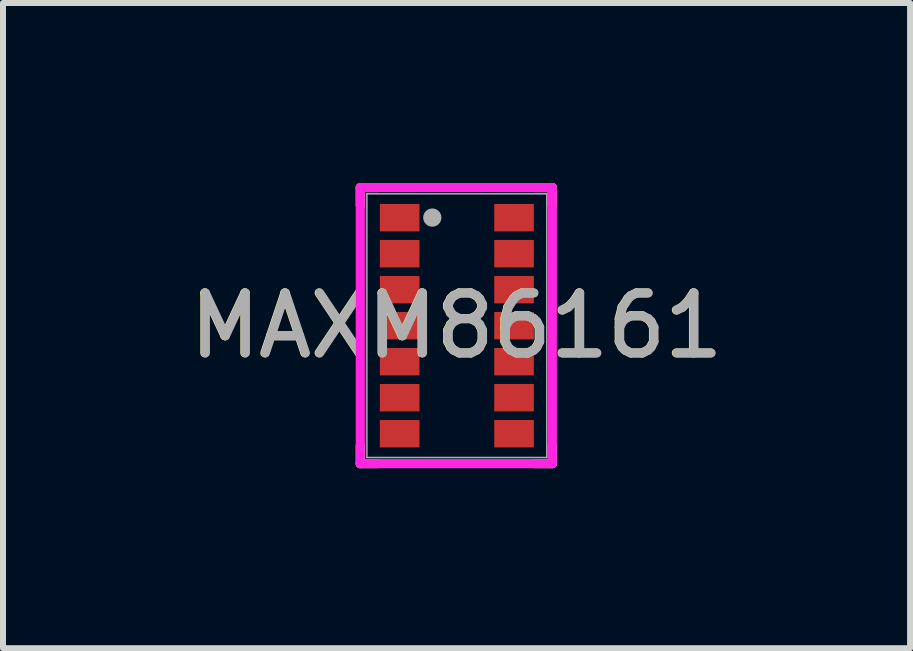
<source format=kicad_pcb>
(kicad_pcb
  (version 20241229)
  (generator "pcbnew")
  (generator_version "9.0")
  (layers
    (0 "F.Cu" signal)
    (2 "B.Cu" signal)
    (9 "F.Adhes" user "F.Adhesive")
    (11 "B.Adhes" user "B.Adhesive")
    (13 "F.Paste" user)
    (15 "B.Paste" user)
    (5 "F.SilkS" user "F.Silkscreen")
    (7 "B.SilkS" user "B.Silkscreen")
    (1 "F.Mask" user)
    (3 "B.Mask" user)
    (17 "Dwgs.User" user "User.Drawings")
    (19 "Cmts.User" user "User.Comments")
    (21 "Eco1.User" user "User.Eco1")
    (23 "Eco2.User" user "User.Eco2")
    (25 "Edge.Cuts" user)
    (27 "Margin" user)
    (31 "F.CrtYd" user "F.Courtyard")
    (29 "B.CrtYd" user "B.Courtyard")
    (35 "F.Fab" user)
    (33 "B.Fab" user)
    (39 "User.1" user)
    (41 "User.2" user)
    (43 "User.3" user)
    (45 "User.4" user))
  (footprint "MAXM86161"
    (layer "F.Cu")
    (at 4.554 2.376)
    (property "Reference" "MAXM86161" (at 0 0 0) (unlocked yes) (layer "F.SilkS") (effects (font (size 1 1) (thickness 0.15))))
    (attr smd)
    (fp_line (start -1.6 -2.3) (end -1.6 -2) (stroke (width 0.152) (type solid)) (layer "F.SilkS"))
    (fp_line (start -1.6 2) (end -1.6 2.3) (stroke (width 0.152) (type solid)) (layer "F.SilkS"))
    (fp_line (start -1.6 2.3) (end -1.3 2.3) (stroke (width 0.152) (type solid)) (layer "F.SilkS"))
    (fp_line (start -1.3 -2.3) (end -1.6 -2.3) (stroke (width 0.152) (type solid)) (layer "F.SilkS"))
    (fp_line (start 1.3 2.3) (end 1.6 2.3) (stroke (width 0.152) (type solid)) (layer "F.SilkS"))
    (fp_line (start 1.6 -2.3) (end 1.3 -2.3) (stroke (width 0.152) (type solid)) (layer "F.SilkS"))
    (fp_line (start 1.6 -2) (end 1.6 -2.3) (stroke (width 0.152) (type solid)) (layer "F.SilkS"))
    (fp_line (start 1.6 2.3) (end 1.6 2) (stroke (width 0.152) (type solid)) (layer "F.SilkS"))
    (fp_line (start -1.6 -2.3) (end 1.6 -2.3) (stroke (width 0.152) (type solid)) (layer "F.CrtYd"))
    (fp_line (start -1.6 2.3) (end -1.6 -2.3) (stroke (width 0.152) (type solid)) (layer "F.CrtYd"))
    (fp_line (start 1.6 -2.3) (end 1.6 2.3) (stroke (width 0.152) (type solid)) (layer "F.CrtYd"))
    (fp_line (start 1.6 2.3) (end -1.6 2.3) (stroke (width 0.152) (type solid)) (layer "F.CrtYd"))
    (fp_line (start -1.49 -2.196) (end -1.49 2.198) (stroke (width 0.025) (type solid)) (layer "F.Fab"))
    (fp_line (start -1.49 2.198) (end 1.508 2.198) (stroke (width 0.025) (type solid)) (layer "F.Fab"))
    (fp_line (start 1.508 -2.196) (end -1.49 -2.196) (stroke (width 0.025) (type solid)) (layer "F.Fab"))
    (fp_line (start 1.508 2.198) (end 1.508 -2.196) (stroke (width 0.025) (type solid)) (layer "F.Fab"))
    (fp_circle (center -0.4 -1.8) (end -0.324 -1.8) (stroke (width 0.152) (type solid)) (fill no) (layer "F.Fab"))
    (fp_text user "${REFERENCE}" (at 0.009 0.001 0) (unlocked yes) (layer "F.Fab") (effects (font (size 1 1) (thickness 0.15))))
    (pad "1" smd rect (at -0.944 -1.799) (size 0.66 0.457) (layers "F.Cu" "F.Mask" "F.Paste"))
    (pad "2" smd rect (at -0.944 -1.199) (size 0.66 0.457) (layers "F.Cu" "F.Mask" "F.Paste"))
    (pad "3" smd rect (at -0.944 -0.599) (size 0.66 0.457) (layers "F.Cu" "F.Mask" "F.Paste"))
    (pad "4" smd rect (at -0.944 0.001) (size 0.66 0.457) (layers "F.Cu" "F.Mask" "F.Paste"))
    (pad "5" smd rect (at -0.944 0.601) (size 0.66 0.457) (layers "F.Cu" "F.Mask" "F.Paste"))
    (pad "6" smd rect (at -0.944 1.201) (size 0.66 0.457) (layers "F.Cu" "F.Mask" "F.Paste"))
    (pad "7" smd rect (at -0.944 1.801) (size 0.66 0.457) (layers "F.Cu" "F.Mask" "F.Paste"))
    (pad "8" smd rect (at 0.962 1.801) (size 0.66 0.457) (layers "F.Cu" "F.Mask" "F.Paste"))
    (pad "9" smd rect (at 0.962 1.201) (size 0.66 0.457) (layers "F.Cu" "F.Mask" "F.Paste"))
    (pad "10" smd rect (at 0.962 0.601) (size 0.66 0.457) (layers "F.Cu" "F.Mask" "F.Paste"))
    (pad "11" smd rect (at 0.962 0.001) (size 0.66 0.457) (layers "F.Cu" "F.Mask" "F.Paste"))
    (pad "12" smd rect (at 0.962 -0.599) (size 0.66 0.457) (layers "F.Cu" "F.Mask" "F.Paste"))
    (pad "13" smd rect (at 0.962 -1.199) (size 0.66 0.457) (layers "F.Cu" "F.Mask" "F.Paste"))
    (pad "14" smd rect (at 0.962 -1.799) (size 0.66 0.457) (layers "F.Cu" "F.Mask" "F.Paste")))
  (gr_rect
    (start -3 -3)
    (end 12.116 7.752)
    (stroke (width 0.1) (type default))
    (fill no)
    (layer "Edge.Cuts")))
</source>
